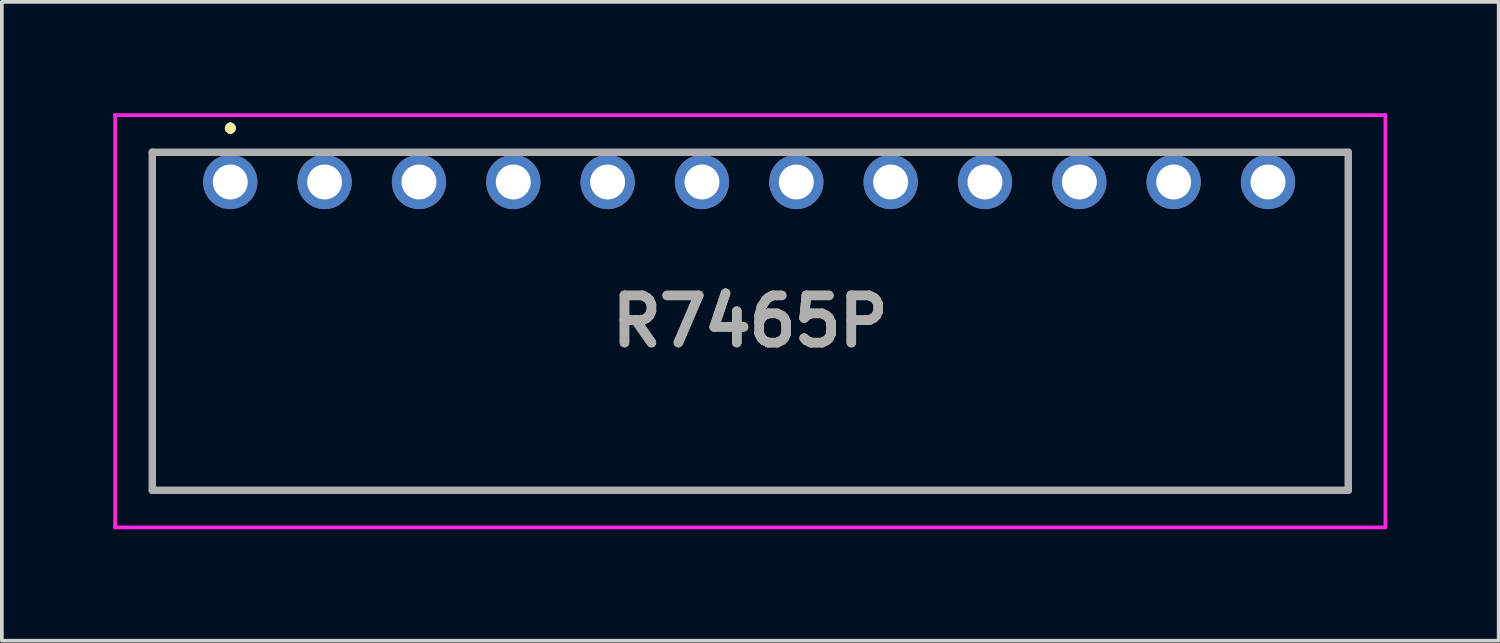
<source format=kicad_pcb>
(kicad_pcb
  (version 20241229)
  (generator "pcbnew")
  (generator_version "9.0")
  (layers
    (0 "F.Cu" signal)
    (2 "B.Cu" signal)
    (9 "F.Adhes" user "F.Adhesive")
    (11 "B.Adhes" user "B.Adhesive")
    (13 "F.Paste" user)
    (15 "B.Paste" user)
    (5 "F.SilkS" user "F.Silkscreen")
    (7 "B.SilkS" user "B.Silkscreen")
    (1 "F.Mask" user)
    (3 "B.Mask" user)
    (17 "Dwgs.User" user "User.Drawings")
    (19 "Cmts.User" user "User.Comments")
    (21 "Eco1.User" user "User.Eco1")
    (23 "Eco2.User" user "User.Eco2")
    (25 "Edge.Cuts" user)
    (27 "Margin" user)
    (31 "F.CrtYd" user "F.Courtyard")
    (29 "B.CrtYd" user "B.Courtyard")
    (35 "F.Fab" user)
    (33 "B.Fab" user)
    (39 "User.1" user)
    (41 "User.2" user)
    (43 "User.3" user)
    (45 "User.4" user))
  (footprint "R7465P"
    (layer "F.Cu")
    (at 3.15 1.85)
    (property "Reference" "R7465P" (at 14 3.75 0) (layer "F.SilkS") (effects (font (size 1.27 1.27) (thickness 0.254))))
    (attr through_hole)
    (fp_line (start -2.1 -0.8) (end -2.1 -0.8) (stroke (width 0.1) (type solid)) (layer "F.SilkS"))
    (fp_line (start -2.1 -0.8) (end -2.1 -0.8) (stroke (width 0.1) (type solid)) (layer "F.SilkS"))
    (fp_line (start -2.1 -0.8) (end -2.1 8.3) (stroke (width 0.1) (type solid)) (layer "F.SilkS"))
    (fp_line (start -2.1 -0.8) (end -1.25 -0.8) (stroke (width 0.1) (type solid)) (layer "F.SilkS"))
    (fp_line (start -2.1 8.3) (end -2.1 -0.8) (stroke (width 0.1) (type solid)) (layer "F.SilkS"))
    (fp_line (start -2.1 8.3) (end -2.1 8.3) (stroke (width 0.1) (type solid)) (layer "F.SilkS"))
    (fp_line (start -2.1 8.3) (end -2.1 8.3) (stroke (width 0.1) (type solid)) (layer "F.SilkS"))
    (fp_line (start -2.1 8.3) (end 30.1 8.3) (stroke (width 0.1) (type solid)) (layer "F.SilkS"))
    (fp_line (start -1.25 -0.8) (end -2.1 -0.8) (stroke (width 0.1) (type solid)) (layer "F.SilkS"))
    (fp_line (start -1.25 -0.8) (end -1.25 -0.8) (stroke (width 0.1) (type solid)) (layer "F.SilkS"))
    (fp_line (start 0 -1.5) (end 0 -1.5) (stroke (width 0.2) (type solid)) (layer "F.SilkS"))
    (fp_line (start 0 -1.4) (end 0 -1.4) (stroke (width 0.2) (type solid)) (layer "F.SilkS"))
    (fp_line (start 0 -1.4) (end 0 -1.4) (stroke (width 0.2) (type solid)) (layer "F.SilkS"))
    (fp_line (start 29 -0.8) (end 29 -0.8) (stroke (width 0.1) (type solid)) (layer "F.SilkS"))
    (fp_line (start 29 -0.8) (end 30.1 -0.8) (stroke (width 0.1) (type solid)) (layer "F.SilkS"))
    (fp_line (start 30.1 -0.8) (end 29 -0.8) (stroke (width 0.1) (type solid)) (layer "F.SilkS"))
    (fp_line (start 30.1 -0.8) (end 30.1 -0.8) (stroke (width 0.1) (type solid)) (layer "F.SilkS"))
    (fp_line (start 30.1 -0.8) (end 30.1 -0.8) (stroke (width 0.1) (type solid)) (layer "F.SilkS"))
    (fp_line (start 30.1 -0.8) (end 30.1 8.3) (stroke (width 0.1) (type solid)) (layer "F.SilkS"))
    (fp_line (start 30.1 8.3) (end -2.1 8.3) (stroke (width 0.1) (type solid)) (layer "F.SilkS"))
    (fp_line (start 30.1 8.3) (end 30.1 -0.8) (stroke (width 0.1) (type solid)) (layer "F.SilkS"))
    (fp_line (start 30.1 8.3) (end 30.1 8.3) (stroke (width 0.1) (type solid)) (layer "F.SilkS"))
    (fp_line (start 30.1 8.3) (end 30.1 8.3) (stroke (width 0.1) (type solid)) (layer "F.SilkS"))
    (fp_arc (start 0 -1.5) (mid 0.05 -1.45) (end 0 -1.4) (stroke (width 0.2) (type solid)) (layer "F.SilkS"))
    (fp_arc (start 0 -1.5) (mid 0.05 -1.45) (end 0 -1.4) (stroke (width 0.2) (type solid)) (layer "F.SilkS"))
    (fp_arc (start 0 -1.4) (mid -0.05 -1.45) (end 0 -1.5) (stroke (width 0.2) (type solid)) (layer "F.SilkS"))
    (fp_line (start -3.1 -1.8) (end 31.1 -1.8) (stroke (width 0.1) (type solid)) (layer "F.CrtYd"))
    (fp_line (start -3.1 9.3) (end -3.1 -1.8) (stroke (width 0.1) (type solid)) (layer "F.CrtYd"))
    (fp_line (start 31.1 -1.8) (end 31.1 9.3) (stroke (width 0.1) (type solid)) (layer "F.CrtYd"))
    (fp_line (start 31.1 9.3) (end -3.1 9.3) (stroke (width 0.1) (type solid)) (layer "F.CrtYd"))
    (fp_line (start -2.1 -0.8) (end 30.1 -0.8) (stroke (width 0.2) (type solid)) (layer "F.Fab"))
    (fp_line (start -2.1 8.3) (end -2.1 -0.8) (stroke (width 0.2) (type solid)) (layer "F.Fab"))
    (fp_line (start 30.1 -0.8) (end 30.1 8.3) (stroke (width 0.2) (type solid)) (layer "F.Fab"))
    (fp_line (start 30.1 8.3) (end -2.1 8.3) (stroke (width 0.2) (type solid)) (layer "F.Fab"))
    (fp_text user "${REFERENCE}" (at 14 3.75 0) (layer "F.Fab") (effects (font (size 1.27 1.27) (thickness 0.254))))
    (pad "1" thru_hole circle (at 0 0) (size 1.462 1.462) (drill 0.94) (layers "*.Cu" "*.Mask"))
    (pad "2" thru_hole circle (at 2.54 0) (size 1.462 1.462) (drill 0.94) (layers "*.Cu" "*.Mask"))
    (pad "3" thru_hole circle (at 5.08 0) (size 1.462 1.462) (drill 0.94) (layers "*.Cu" "*.Mask"))
    (pad "4" thru_hole circle (at 7.62 0) (size 1.462 1.462) (drill 0.94) (layers "*.Cu" "*.Mask"))
    (pad "5" thru_hole circle (at 10.16 0) (size 1.462 1.462) (drill 0.94) (layers "*.Cu" "*.Mask"))
    (pad "6" thru_hole circle (at 12.7 0) (size 1.462 1.462) (drill 0.94) (layers "*.Cu" "*.Mask"))
    (pad "7" thru_hole circle (at 15.24 0) (size 1.462 1.462) (drill 0.94) (layers "*.Cu" "*.Mask"))
    (pad "8" thru_hole circle (at 17.78 0) (size 1.462 1.462) (drill 0.94) (layers "*.Cu" "*.Mask"))
    (pad "9" thru_hole circle (at 20.32 0) (size 1.462 1.462) (drill 0.94) (layers "*.Cu" "*.Mask"))
    (pad "10" thru_hole circle (at 22.86 0) (size 1.462 1.462) (drill 0.94) (layers "*.Cu" "*.Mask"))
    (pad "11" thru_hole circle (at 25.4 0) (size 1.462 1.462) (drill 0.94) (layers "*.Cu" "*.Mask"))
    (pad "12" thru_hole circle (at 27.94 0) (size 1.462 1.462) (drill 0.94) (layers "*.Cu" "*.Mask")))
  (gr_rect
    (start -3 -3)
    (end 37.3 14.2)
    (stroke (width 0.1) (type default))
    (fill no)
    (layer "Edge.Cuts")))
</source>
